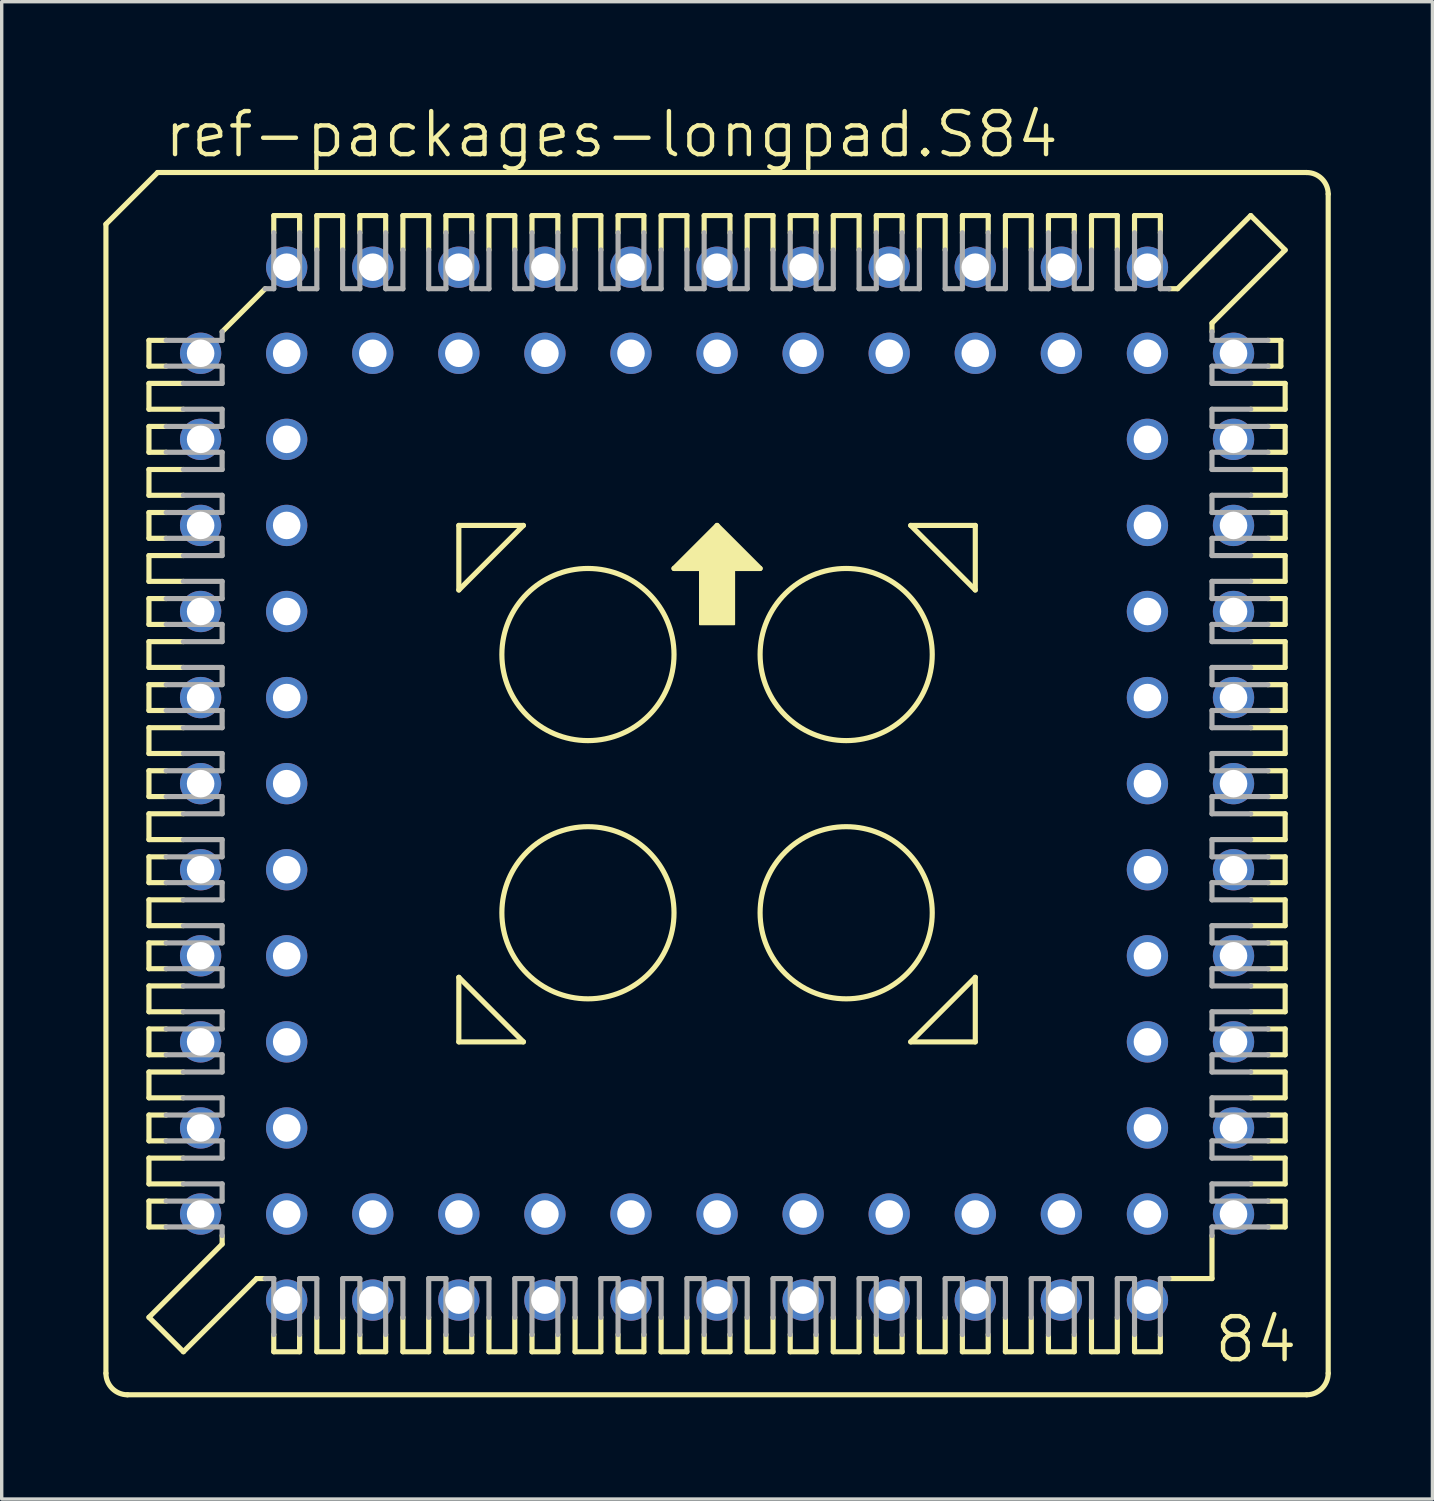
<source format=kicad_pcb>
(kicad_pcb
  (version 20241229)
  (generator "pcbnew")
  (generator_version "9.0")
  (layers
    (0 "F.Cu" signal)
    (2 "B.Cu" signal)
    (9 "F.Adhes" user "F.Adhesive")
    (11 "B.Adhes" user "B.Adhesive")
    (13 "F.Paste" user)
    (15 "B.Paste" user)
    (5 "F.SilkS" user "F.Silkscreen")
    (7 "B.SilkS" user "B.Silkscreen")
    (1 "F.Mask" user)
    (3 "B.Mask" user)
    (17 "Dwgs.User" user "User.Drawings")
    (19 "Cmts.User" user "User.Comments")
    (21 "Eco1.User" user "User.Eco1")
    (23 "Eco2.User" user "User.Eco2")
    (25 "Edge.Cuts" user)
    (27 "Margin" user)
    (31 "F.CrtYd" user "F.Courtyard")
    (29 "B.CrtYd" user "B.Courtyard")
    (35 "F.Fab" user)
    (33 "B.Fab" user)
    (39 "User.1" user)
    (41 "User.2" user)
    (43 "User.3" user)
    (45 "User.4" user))
  (footprint "ref-packages-longpad.S84"
    (layer "F.Cu")
    (at 18.11 20.075)
    (property "Reference" "ref-packages-longpad.S84" (at -16.383 -18.415 0) (layer "F.SilkS") (effects (font (size 1.27 1.27) (thickness 0.13)) (justify left bottom)))
    (attr through_hole)
    (fp_line (start -18.034 -16.51) (end -18.034 17.399) (stroke (width 0.152) (type default)) (layer "F.SilkS"))
    (fp_line (start -16.764 -13.081) (end -16.764 -12.319) (stroke (width 0.152) (type default)) (layer "F.SilkS"))
    (fp_line (start -16.764 -12.319) (end -16.256 -12.319) (stroke (width 0.152) (type default)) (layer "F.SilkS"))
    (fp_line (start -16.764 -11.811) (end -16.764 -11.049) (stroke (width 0.152) (type default)) (layer "F.SilkS"))
    (fp_line (start -16.764 -11.049) (end -15.748 -11.049) (stroke (width 0.152) (type default)) (layer "F.SilkS"))
    (fp_line (start -16.764 -10.541) (end -16.764 -9.779) (stroke (width 0.152) (type default)) (layer "F.SilkS"))
    (fp_line (start -16.764 -9.779) (end -16.256 -9.779) (stroke (width 0.152) (type default)) (layer "F.SilkS"))
    (fp_line (start -16.764 -9.271) (end -16.764 -8.509) (stroke (width 0.152) (type default)) (layer "F.SilkS"))
    (fp_line (start -16.764 -8.509) (end -15.748 -8.509) (stroke (width 0.152) (type default)) (layer "F.SilkS"))
    (fp_line (start -16.764 -8.001) (end -16.256 -8.001) (stroke (width 0.152) (type default)) (layer "F.SilkS"))
    (fp_line (start -16.764 -7.239) (end -16.764 -8.001) (stroke (width 0.152) (type default)) (layer "F.SilkS"))
    (fp_line (start -16.764 -6.731) (end -16.764 -5.969) (stroke (width 0.152) (type default)) (layer "F.SilkS"))
    (fp_line (start -16.764 -5.969) (end -15.748 -5.969) (stroke (width 0.152) (type default)) (layer "F.SilkS"))
    (fp_line (start -16.764 -5.461) (end -16.764 -4.699) (stroke (width 0.152) (type default)) (layer "F.SilkS"))
    (fp_line (start -16.764 -4.699) (end -16.256 -4.699) (stroke (width 0.152) (type default)) (layer "F.SilkS"))
    (fp_line (start -16.764 -4.191) (end -16.764 -3.429) (stroke (width 0.152) (type default)) (layer "F.SilkS"))
    (fp_line (start -16.764 -3.429) (end -15.748 -3.429) (stroke (width 0.152) (type default)) (layer "F.SilkS"))
    (fp_line (start -16.764 -2.921) (end -16.764 -2.159) (stroke (width 0.152) (type default)) (layer "F.SilkS"))
    (fp_line (start -16.764 -2.159) (end -16.256 -2.159) (stroke (width 0.152) (type default)) (layer "F.SilkS"))
    (fp_line (start -16.764 -1.651) (end -15.748 -1.651) (stroke (width 0.152) (type default)) (layer "F.SilkS"))
    (fp_line (start -16.764 -0.889) (end -16.764 -1.651) (stroke (width 0.152) (type default)) (layer "F.SilkS"))
    (fp_line (start -16.764 -0.381) (end -16.256 -0.381) (stroke (width 0.152) (type default)) (layer "F.SilkS"))
    (fp_line (start -16.764 0.381) (end -16.764 -0.381) (stroke (width 0.152) (type default)) (layer "F.SilkS"))
    (fp_line (start -16.764 0.889) (end -15.748 0.889) (stroke (width 0.152) (type default)) (layer "F.SilkS"))
    (fp_line (start -16.764 1.651) (end -16.764 0.889) (stroke (width 0.152) (type default)) (layer "F.SilkS"))
    (fp_line (start -16.764 2.159) (end -16.256 2.159) (stroke (width 0.152) (type default)) (layer "F.SilkS"))
    (fp_line (start -16.764 2.921) (end -16.764 2.159) (stroke (width 0.152) (type default)) (layer "F.SilkS"))
    (fp_line (start -16.764 3.429) (end -15.748 3.429) (stroke (width 0.152) (type default)) (layer "F.SilkS"))
    (fp_line (start -16.764 4.191) (end -16.764 3.429) (stroke (width 0.152) (type default)) (layer "F.SilkS"))
    (fp_line (start -16.764 4.699) (end -16.256 4.699) (stroke (width 0.152) (type default)) (layer "F.SilkS"))
    (fp_line (start -16.764 5.461) (end -16.764 4.699) (stroke (width 0.152) (type default)) (layer "F.SilkS"))
    (fp_line (start -16.764 5.969) (end -16.764 6.731) (stroke (width 0.152) (type default)) (layer "F.SilkS"))
    (fp_line (start -16.764 6.731) (end -15.748 6.731) (stroke (width 0.152) (type default)) (layer "F.SilkS"))
    (fp_line (start -16.764 7.239) (end -16.764 8.001) (stroke (width 0.152) (type default)) (layer "F.SilkS"))
    (fp_line (start -16.764 8.001) (end -16.256 8.001) (stroke (width 0.152) (type default)) (layer "F.SilkS"))
    (fp_line (start -16.764 8.509) (end -16.764 9.271) (stroke (width 0.152) (type default)) (layer "F.SilkS"))
    (fp_line (start -16.764 9.271) (end -15.748 9.271) (stroke (width 0.152) (type default)) (layer "F.SilkS"))
    (fp_line (start -16.764 9.779) (end -16.764 10.541) (stroke (width 0.152) (type default)) (layer "F.SilkS"))
    (fp_line (start -16.764 10.541) (end -16.256 10.541) (stroke (width 0.152) (type default)) (layer "F.SilkS"))
    (fp_line (start -16.764 11.049) (end -15.748 11.049) (stroke (width 0.152) (type default)) (layer "F.SilkS"))
    (fp_line (start -16.764 11.811) (end -16.764 11.049) (stroke (width 0.152) (type default)) (layer "F.SilkS"))
    (fp_line (start -16.764 12.319) (end -16.256 12.319) (stroke (width 0.152) (type default)) (layer "F.SilkS"))
    (fp_line (start -16.764 13.081) (end -16.764 12.319) (stroke (width 0.152) (type default)) (layer "F.SilkS"))
    (fp_line (start -16.764 15.748) (end -14.605 13.589) (stroke (width 0.152) (type default)) (layer "F.SilkS"))
    (fp_line (start -16.51 -18.034) (end -18.034 -16.51) (stroke (width 0.152) (type default)) (layer "F.SilkS"))
    (fp_line (start -16.256 -13.081) (end -16.764 -13.081) (stroke (width 0.152) (type default)) (layer "F.SilkS"))
    (fp_line (start -16.256 -10.541) (end -16.764 -10.541) (stroke (width 0.152) (type default)) (layer "F.SilkS"))
    (fp_line (start -16.256 -7.239) (end -16.764 -7.239) (stroke (width 0.152) (type default)) (layer "F.SilkS"))
    (fp_line (start -16.256 -5.461) (end -16.764 -5.461) (stroke (width 0.152) (type default)) (layer "F.SilkS"))
    (fp_line (start -16.256 -2.921) (end -16.764 -2.921) (stroke (width 0.152) (type default)) (layer "F.SilkS"))
    (fp_line (start -16.256 0.381) (end -16.764 0.381) (stroke (width 0.152) (type default)) (layer "F.SilkS"))
    (fp_line (start -16.256 2.921) (end -16.764 2.921) (stroke (width 0.152) (type default)) (layer "F.SilkS"))
    (fp_line (start -16.256 5.461) (end -16.764 5.461) (stroke (width 0.152) (type default)) (layer "F.SilkS"))
    (fp_line (start -16.256 7.239) (end -16.764 7.239) (stroke (width 0.152) (type default)) (layer "F.SilkS"))
    (fp_line (start -16.256 9.779) (end -16.764 9.779) (stroke (width 0.152) (type default)) (layer "F.SilkS"))
    (fp_line (start -16.256 13.081) (end -16.764 13.081) (stroke (width 0.152) (type default)) (layer "F.SilkS"))
    (fp_line (start -15.748 -11.811) (end -16.764 -11.811) (stroke (width 0.152) (type default)) (layer "F.SilkS"))
    (fp_line (start -15.748 -9.271) (end -16.764 -9.271) (stroke (width 0.152) (type default)) (layer "F.SilkS"))
    (fp_line (start -15.748 -6.731) (end -16.764 -6.731) (stroke (width 0.152) (type default)) (layer "F.SilkS"))
    (fp_line (start -15.748 -4.191) (end -16.764 -4.191) (stroke (width 0.152) (type default)) (layer "F.SilkS"))
    (fp_line (start -15.748 -0.889) (end -16.764 -0.889) (stroke (width 0.152) (type default)) (layer "F.SilkS"))
    (fp_line (start -15.748 1.651) (end -16.764 1.651) (stroke (width 0.152) (type default)) (layer "F.SilkS"))
    (fp_line (start -15.748 4.191) (end -16.764 4.191) (stroke (width 0.152) (type default)) (layer "F.SilkS"))
    (fp_line (start -15.748 5.969) (end -16.764 5.969) (stroke (width 0.152) (type default)) (layer "F.SilkS"))
    (fp_line (start -15.748 8.509) (end -16.764 8.509) (stroke (width 0.152) (type default)) (layer "F.SilkS"))
    (fp_line (start -15.748 11.811) (end -16.764 11.811) (stroke (width 0.152) (type default)) (layer "F.SilkS"))
    (fp_line (start -15.748 16.764) (end -16.764 15.748) (stroke (width 0.152) (type default)) (layer "F.SilkS"))
    (fp_line (start -15.748 16.764) (end -13.589 14.605) (stroke (width 0.152) (type default)) (layer "F.SilkS"))
    (fp_line (start -14.605 -13.335) (end -13.335 -14.605) (stroke (width 0.152) (type default)) (layer "F.SilkS"))
    (fp_line (start -14.605 13.589) (end -14.605 13.335) (stroke (width 0.152) (type default)) (layer "F.SilkS"))
    (fp_line (start -13.589 14.605) (end -13.335 14.605) (stroke (width 0.152) (type default)) (layer "F.SilkS"))
    (fp_line (start -13.081 -16.764) (end -13.081 -16.256) (stroke (width 0.152) (type default)) (layer "F.SilkS"))
    (fp_line (start -13.081 16.256) (end -13.081 16.764) (stroke (width 0.152) (type default)) (layer "F.SilkS"))
    (fp_line (start -13.081 16.764) (end -12.319 16.764) (stroke (width 0.152) (type default)) (layer "F.SilkS"))
    (fp_line (start -12.319 -16.764) (end -13.081 -16.764) (stroke (width 0.152) (type default)) (layer "F.SilkS"))
    (fp_line (start -12.319 -16.256) (end -12.319 -16.764) (stroke (width 0.152) (type default)) (layer "F.SilkS"))
    (fp_line (start -12.319 16.764) (end -12.319 16.256) (stroke (width 0.152) (type default)) (layer "F.SilkS"))
    (fp_line (start -11.811 -16.764) (end -11.049 -16.764) (stroke (width 0.152) (type default)) (layer "F.SilkS"))
    (fp_line (start -11.811 -15.748) (end -11.811 -16.764) (stroke (width 0.152) (type default)) (layer "F.SilkS"))
    (fp_line (start -11.811 15.748) (end -11.811 16.764) (stroke (width 0.152) (type default)) (layer "F.SilkS"))
    (fp_line (start -11.811 16.764) (end -11.049 16.764) (stroke (width 0.152) (type default)) (layer "F.SilkS"))
    (fp_line (start -11.049 -16.764) (end -11.049 -15.748) (stroke (width 0.152) (type default)) (layer "F.SilkS"))
    (fp_line (start -11.049 16.764) (end -11.049 15.748) (stroke (width 0.152) (type default)) (layer "F.SilkS"))
    (fp_line (start -10.541 -16.764) (end -10.541 -16.256) (stroke (width 0.152) (type default)) (layer "F.SilkS"))
    (fp_line (start -10.541 16.256) (end -10.541 16.764) (stroke (width 0.152) (type default)) (layer "F.SilkS"))
    (fp_line (start -10.541 16.764) (end -9.779 16.764) (stroke (width 0.152) (type default)) (layer "F.SilkS"))
    (fp_line (start -9.779 -16.764) (end -10.541 -16.764) (stroke (width 0.152) (type default)) (layer "F.SilkS"))
    (fp_line (start -9.779 -16.256) (end -9.779 -16.764) (stroke (width 0.152) (type default)) (layer "F.SilkS"))
    (fp_line (start -9.779 16.764) (end -9.779 16.256) (stroke (width 0.152) (type default)) (layer "F.SilkS"))
    (fp_line (start -9.271 -16.764) (end -9.271 -15.748) (stroke (width 0.152) (type default)) (layer "F.SilkS"))
    (fp_line (start -9.271 15.748) (end -9.271 16.764) (stroke (width 0.152) (type default)) (layer "F.SilkS"))
    (fp_line (start -9.271 16.764) (end -8.509 16.764) (stroke (width 0.152) (type default)) (layer "F.SilkS"))
    (fp_line (start -8.509 -16.764) (end -9.271 -16.764) (stroke (width 0.152) (type default)) (layer "F.SilkS"))
    (fp_line (start -8.509 -15.748) (end -8.509 -16.764) (stroke (width 0.152) (type default)) (layer "F.SilkS"))
    (fp_line (start -8.509 16.764) (end -8.509 15.748) (stroke (width 0.152) (type default)) (layer "F.SilkS"))
    (fp_line (start -8.001 -16.764) (end -8.001 -16.256) (stroke (width 0.152) (type default)) (layer "F.SilkS"))
    (fp_line (start -8.001 16.764) (end -8.001 16.256) (stroke (width 0.152) (type default)) (layer "F.SilkS"))
    (fp_line (start -7.62 -7.62) (end -5.715 -7.62) (stroke (width 0.152) (type default)) (layer "F.SilkS"))
    (fp_line (start -7.62 -5.715) (end -7.62 -7.62) (stroke (width 0.152) (type default)) (layer "F.SilkS"))
    (fp_line (start -7.62 5.715) (end -5.715 7.62) (stroke (width 0.152) (type default)) (layer "F.SilkS"))
    (fp_line (start -7.62 7.62) (end -7.62 5.715) (stroke (width 0.152) (type default)) (layer "F.SilkS"))
    (fp_line (start -7.239 -16.764) (end -8.001 -16.764) (stroke (width 0.152) (type default)) (layer "F.SilkS"))
    (fp_line (start -7.239 -16.256) (end -7.239 -16.764) (stroke (width 0.152) (type default)) (layer "F.SilkS"))
    (fp_line (start -7.239 16.256) (end -7.239 16.764) (stroke (width 0.152) (type default)) (layer "F.SilkS"))
    (fp_line (start -7.239 16.764) (end -8.001 16.764) (stroke (width 0.152) (type default)) (layer "F.SilkS"))
    (fp_line (start -6.731 -16.764) (end -6.731 -15.748) (stroke (width 0.152) (type default)) (layer "F.SilkS"))
    (fp_line (start -6.731 15.748) (end -6.731 16.764) (stroke (width 0.152) (type default)) (layer "F.SilkS"))
    (fp_line (start -6.731 16.764) (end -5.969 16.764) (stroke (width 0.152) (type default)) (layer "F.SilkS"))
    (fp_line (start -5.969 -16.764) (end -6.731 -16.764) (stroke (width 0.152) (type default)) (layer "F.SilkS"))
    (fp_line (start -5.969 -15.748) (end -5.969 -16.764) (stroke (width 0.152) (type default)) (layer "F.SilkS"))
    (fp_line (start -5.969 16.764) (end -5.969 15.748) (stroke (width 0.152) (type default)) (layer "F.SilkS"))
    (fp_line (start -5.715 -7.62) (end -7.62 -5.715) (stroke (width 0.152) (type default)) (layer "F.SilkS"))
    (fp_line (start -5.715 7.62) (end -7.62 7.62) (stroke (width 0.152) (type default)) (layer "F.SilkS"))
    (fp_line (start -5.461 -16.764) (end -5.461 -16.256) (stroke (width 0.152) (type default)) (layer "F.SilkS"))
    (fp_line (start -5.461 16.256) (end -5.461 16.764) (stroke (width 0.152) (type default)) (layer "F.SilkS"))
    (fp_line (start -5.461 16.764) (end -4.699 16.764) (stroke (width 0.152) (type default)) (layer "F.SilkS"))
    (fp_line (start -4.699 -16.764) (end -5.461 -16.764) (stroke (width 0.152) (type default)) (layer "F.SilkS"))
    (fp_line (start -4.699 -16.256) (end -4.699 -16.764) (stroke (width 0.152) (type default)) (layer "F.SilkS"))
    (fp_line (start -4.699 16.764) (end -4.699 16.256) (stroke (width 0.152) (type default)) (layer "F.SilkS"))
    (fp_line (start -4.191 -16.764) (end -4.191 -15.748) (stroke (width 0.152) (type default)) (layer "F.SilkS"))
    (fp_line (start -4.191 15.748) (end -4.191 16.764) (stroke (width 0.152) (type default)) (layer "F.SilkS"))
    (fp_line (start -4.191 16.764) (end -3.429 16.764) (stroke (width 0.152) (type default)) (layer "F.SilkS"))
    (fp_line (start -3.429 -16.764) (end -4.191 -16.764) (stroke (width 0.152) (type default)) (layer "F.SilkS"))
    (fp_line (start -3.429 -15.748) (end -3.429 -16.764) (stroke (width 0.152) (type default)) (layer "F.SilkS"))
    (fp_line (start -3.429 16.764) (end -3.429 15.748) (stroke (width 0.152) (type default)) (layer "F.SilkS"))
    (fp_line (start -2.921 -16.764) (end -2.921 -16.256) (stroke (width 0.152) (type default)) (layer "F.SilkS"))
    (fp_line (start -2.921 16.256) (end -2.921 16.764) (stroke (width 0.152) (type default)) (layer "F.SilkS"))
    (fp_line (start -2.921 16.764) (end -2.159 16.764) (stroke (width 0.152) (type default)) (layer "F.SilkS"))
    (fp_line (start -2.159 -16.764) (end -2.921 -16.764) (stroke (width 0.152) (type default)) (layer "F.SilkS"))
    (fp_line (start -2.159 -16.256) (end -2.159 -16.764) (stroke (width 0.152) (type default)) (layer "F.SilkS"))
    (fp_line (start -2.159 16.764) (end -2.159 16.256) (stroke (width 0.152) (type default)) (layer "F.SilkS"))
    (fp_line (start -1.651 -16.764) (end -1.651 -15.748) (stroke (width 0.152) (type default)) (layer "F.SilkS"))
    (fp_line (start -1.651 15.748) (end -1.651 16.764) (stroke (width 0.152) (type default)) (layer "F.SilkS"))
    (fp_line (start -1.651 16.764) (end -0.889 16.764) (stroke (width 0.152) (type default)) (layer "F.SilkS"))
    (fp_line (start -1.27 -6.35) (end 1.27 -6.35) (stroke (width 0.152) (type default)) (layer "F.SilkS"))
    (fp_line (start -0.889 -16.764) (end -1.651 -16.764) (stroke (width 0.152) (type default)) (layer "F.SilkS"))
    (fp_line (start -0.889 -15.748) (end -0.889 -16.764) (stroke (width 0.152) (type default)) (layer "F.SilkS"))
    (fp_line (start -0.889 16.764) (end -0.889 15.748) (stroke (width 0.152) (type default)) (layer "F.SilkS"))
    (fp_line (start -0.381 -16.764) (end -0.381 -16.256) (stroke (width 0.152) (type default)) (layer "F.SilkS"))
    (fp_line (start -0.381 16.256) (end -0.381 16.764) (stroke (width 0.152) (type default)) (layer "F.SilkS"))
    (fp_line (start -0.381 16.764) (end 0.381 16.764) (stroke (width 0.152) (type default)) (layer "F.SilkS"))
    (fp_line (start 0 -7.62) (end -1.27 -6.35) (stroke (width 0.152) (type default)) (layer "F.SilkS"))
    (fp_line (start 0.381 -16.764) (end -0.381 -16.764) (stroke (width 0.152) (type default)) (layer "F.SilkS"))
    (fp_line (start 0.381 -16.256) (end 0.381 -16.764) (stroke (width 0.152) (type default)) (layer "F.SilkS"))
    (fp_line (start 0.381 16.764) (end 0.381 16.256) (stroke (width 0.152) (type default)) (layer "F.SilkS"))
    (fp_line (start 0.889 -16.764) (end 0.889 -15.748) (stroke (width 0.152) (type default)) (layer "F.SilkS"))
    (fp_line (start 0.889 15.748) (end 0.889 16.764) (stroke (width 0.152) (type default)) (layer "F.SilkS"))
    (fp_line (start 0.889 16.764) (end 1.651 16.764) (stroke (width 0.152) (type default)) (layer "F.SilkS"))
    (fp_line (start 1.27 -6.35) (end 0 -7.62) (stroke (width 0.152) (type default)) (layer "F.SilkS"))
    (fp_line (start 1.651 -16.764) (end 0.889 -16.764) (stroke (width 0.152) (type default)) (layer "F.SilkS"))
    (fp_line (start 1.651 -15.748) (end 1.651 -16.764) (stroke (width 0.152) (type default)) (layer "F.SilkS"))
    (fp_line (start 1.651 16.764) (end 1.651 15.748) (stroke (width 0.152) (type default)) (layer "F.SilkS"))
    (fp_line (start 2.159 -16.764) (end 2.159 -16.256) (stroke (width 0.152) (type default)) (layer "F.SilkS"))
    (fp_line (start 2.159 16.256) (end 2.159 16.764) (stroke (width 0.152) (type default)) (layer "F.SilkS"))
    (fp_line (start 2.159 16.764) (end 2.921 16.764) (stroke (width 0.152) (type default)) (layer "F.SilkS"))
    (fp_line (start 2.921 -16.764) (end 2.159 -16.764) (stroke (width 0.152) (type default)) (layer "F.SilkS"))
    (fp_line (start 2.921 -16.256) (end 2.921 -16.764) (stroke (width 0.152) (type default)) (layer "F.SilkS"))
    (fp_line (start 2.921 16.764) (end 2.921 16.256) (stroke (width 0.152) (type default)) (layer "F.SilkS"))
    (fp_line (start 3.429 -16.764) (end 3.429 -15.748) (stroke (width 0.152) (type default)) (layer "F.SilkS"))
    (fp_line (start 3.429 15.748) (end 3.429 16.764) (stroke (width 0.152) (type default)) (layer "F.SilkS"))
    (fp_line (start 3.429 16.764) (end 4.191 16.764) (stroke (width 0.152) (type default)) (layer "F.SilkS"))
    (fp_line (start 4.191 -16.764) (end 3.429 -16.764) (stroke (width 0.152) (type default)) (layer "F.SilkS"))
    (fp_line (start 4.191 -15.748) (end 4.191 -16.764) (stroke (width 0.152) (type default)) (layer "F.SilkS"))
    (fp_line (start 4.191 16.764) (end 4.191 15.748) (stroke (width 0.152) (type default)) (layer "F.SilkS"))
    (fp_line (start 4.699 -16.764) (end 4.699 -16.256) (stroke (width 0.152) (type default)) (layer "F.SilkS"))
    (fp_line (start 4.699 16.256) (end 4.699 16.764) (stroke (width 0.152) (type default)) (layer "F.SilkS"))
    (fp_line (start 4.699 16.764) (end 5.461 16.764) (stroke (width 0.152) (type default)) (layer "F.SilkS"))
    (fp_line (start 5.461 -16.764) (end 4.699 -16.764) (stroke (width 0.152) (type default)) (layer "F.SilkS"))
    (fp_line (start 5.461 -16.256) (end 5.461 -16.764) (stroke (width 0.152) (type default)) (layer "F.SilkS"))
    (fp_line (start 5.461 16.764) (end 5.461 16.256) (stroke (width 0.152) (type default)) (layer "F.SilkS"))
    (fp_line (start 5.715 -7.62) (end 7.62 -5.715) (stroke (width 0.152) (type default)) (layer "F.SilkS"))
    (fp_line (start 5.715 7.62) (end 7.62 7.62) (stroke (width 0.152) (type default)) (layer "F.SilkS"))
    (fp_line (start 5.969 -16.764) (end 5.969 -15.748) (stroke (width 0.152) (type default)) (layer "F.SilkS"))
    (fp_line (start 5.969 15.748) (end 5.969 16.764) (stroke (width 0.152) (type default)) (layer "F.SilkS"))
    (fp_line (start 5.969 16.764) (end 6.731 16.764) (stroke (width 0.152) (type default)) (layer "F.SilkS"))
    (fp_line (start 6.731 -16.764) (end 5.969 -16.764) (stroke (width 0.152) (type default)) (layer "F.SilkS"))
    (fp_line (start 6.731 -15.748) (end 6.731 -16.764) (stroke (width 0.152) (type default)) (layer "F.SilkS"))
    (fp_line (start 6.731 16.764) (end 6.731 15.748) (stroke (width 0.152) (type default)) (layer "F.SilkS"))
    (fp_line (start 7.239 -16.764) (end 8.001 -16.764) (stroke (width 0.152) (type default)) (layer "F.SilkS"))
    (fp_line (start 7.239 -16.256) (end 7.239 -16.764) (stroke (width 0.152) (type default)) (layer "F.SilkS"))
    (fp_line (start 7.239 16.256) (end 7.239 16.764) (stroke (width 0.152) (type default)) (layer "F.SilkS"))
    (fp_line (start 7.239 16.764) (end 8.001 16.764) (stroke (width 0.152) (type default)) (layer "F.SilkS"))
    (fp_line (start 7.62 -7.62) (end 5.715 -7.62) (stroke (width 0.152) (type default)) (layer "F.SilkS"))
    (fp_line (start 7.62 -5.715) (end 7.62 -7.62) (stroke (width 0.152) (type default)) (layer "F.SilkS"))
    (fp_line (start 7.62 5.715) (end 5.715 7.62) (stroke (width 0.152) (type default)) (layer "F.SilkS"))
    (fp_line (start 7.62 7.62) (end 7.62 5.715) (stroke (width 0.152) (type default)) (layer "F.SilkS"))
    (fp_line (start 8.001 -16.764) (end 8.001 -16.256) (stroke (width 0.152) (type default)) (layer "F.SilkS"))
    (fp_line (start 8.001 16.764) (end 8.001 16.256) (stroke (width 0.152) (type default)) (layer "F.SilkS"))
    (fp_line (start 8.509 -16.764) (end 8.509 -15.748) (stroke (width 0.152) (type default)) (layer "F.SilkS"))
    (fp_line (start 8.509 15.748) (end 8.509 16.764) (stroke (width 0.152) (type default)) (layer "F.SilkS"))
    (fp_line (start 8.509 16.764) (end 9.271 16.764) (stroke (width 0.152) (type default)) (layer "F.SilkS"))
    (fp_line (start 9.271 -16.764) (end 8.509 -16.764) (stroke (width 0.152) (type default)) (layer "F.SilkS"))
    (fp_line (start 9.271 -15.748) (end 9.271 -16.764) (stroke (width 0.152) (type default)) (layer "F.SilkS"))
    (fp_line (start 9.271 16.764) (end 9.271 15.748) (stroke (width 0.152) (type default)) (layer "F.SilkS"))
    (fp_line (start 9.779 -16.764) (end 9.779 -16.256) (stroke (width 0.152) (type default)) (layer "F.SilkS"))
    (fp_line (start 9.779 16.256) (end 9.779 16.764) (stroke (width 0.152) (type default)) (layer "F.SilkS"))
    (fp_line (start 9.779 16.764) (end 10.541 16.764) (stroke (width 0.152) (type default)) (layer "F.SilkS"))
    (fp_line (start 10.541 -16.764) (end 9.779 -16.764) (stroke (width 0.152) (type default)) (layer "F.SilkS"))
    (fp_line (start 10.541 -16.256) (end 10.541 -16.764) (stroke (width 0.152) (type default)) (layer "F.SilkS"))
    (fp_line (start 10.541 16.764) (end 10.541 16.256) (stroke (width 0.152) (type default)) (layer "F.SilkS"))
    (fp_line (start 11.049 -16.764) (end 11.049 -15.748) (stroke (width 0.152) (type default)) (layer "F.SilkS"))
    (fp_line (start 11.049 16.764) (end 11.049 15.748) (stroke (width 0.152) (type default)) (layer "F.SilkS"))
    (fp_line (start 11.811 -16.764) (end 11.049 -16.764) (stroke (width 0.152) (type default)) (layer "F.SilkS"))
    (fp_line (start 11.811 -15.748) (end 11.811 -16.764) (stroke (width 0.152) (type default)) (layer "F.SilkS"))
    (fp_line (start 11.811 15.748) (end 11.811 16.764) (stroke (width 0.152) (type default)) (layer "F.SilkS"))
    (fp_line (start 11.811 16.764) (end 11.049 16.764) (stroke (width 0.152) (type default)) (layer "F.SilkS"))
    (fp_line (start 12.319 -16.764) (end 12.319 -16.256) (stroke (width 0.152) (type default)) (layer "F.SilkS"))
    (fp_line (start 12.319 16.256) (end 12.319 16.764) (stroke (width 0.152) (type default)) (layer "F.SilkS"))
    (fp_line (start 12.319 16.764) (end 13.081 16.764) (stroke (width 0.152) (type default)) (layer "F.SilkS"))
    (fp_line (start 13.081 -16.764) (end 12.319 -16.764) (stroke (width 0.152) (type default)) (layer "F.SilkS"))
    (fp_line (start 13.081 -16.256) (end 13.081 -16.764) (stroke (width 0.152) (type default)) (layer "F.SilkS"))
    (fp_line (start 13.081 16.764) (end 13.081 16.256) (stroke (width 0.152) (type default)) (layer "F.SilkS"))
    (fp_line (start 13.335 14.605) (end 14.605 14.605) (stroke (width 0.152) (type default)) (layer "F.SilkS"))
    (fp_line (start 13.589 -14.605) (end 13.335 -14.605) (stroke (width 0.152) (type default)) (layer "F.SilkS"))
    (fp_line (start 14.605 -13.589) (end 14.605 -13.335) (stroke (width 0.152) (type default)) (layer "F.SilkS"))
    (fp_line (start 14.605 14.605) (end 14.605 13.335) (stroke (width 0.152) (type default)) (layer "F.SilkS"))
    (fp_line (start 15.748 -16.764) (end 13.589 -14.605) (stroke (width 0.152) (type default)) (layer "F.SilkS"))
    (fp_line (start 15.748 -11.811) (end 16.764 -11.811) (stroke (width 0.152) (type default)) (layer "F.SilkS"))
    (fp_line (start 15.748 -8.509) (end 16.764 -8.509) (stroke (width 0.152) (type default)) (layer "F.SilkS"))
    (fp_line (start 15.748 -5.969) (end 16.764 -5.969) (stroke (width 0.152) (type default)) (layer "F.SilkS"))
    (fp_line (start 15.748 -4.191) (end 16.764 -4.191) (stroke (width 0.152) (type default)) (layer "F.SilkS"))
    (fp_line (start 15.748 -1.651) (end 16.764 -1.651) (stroke (width 0.152) (type default)) (layer "F.SilkS"))
    (fp_line (start 15.748 0.889) (end 16.764 0.889) (stroke (width 0.152) (type default)) (layer "F.SilkS"))
    (fp_line (start 15.748 4.191) (end 16.764 4.191) (stroke (width 0.152) (type default)) (layer "F.SilkS"))
    (fp_line (start 15.748 6.731) (end 16.764 6.731) (stroke (width 0.152) (type default)) (layer "F.SilkS"))
    (fp_line (start 15.748 9.271) (end 16.764 9.271) (stroke (width 0.152) (type default)) (layer "F.SilkS"))
    (fp_line (start 15.748 11.811) (end 16.764 11.811) (stroke (width 0.152) (type default)) (layer "F.SilkS"))
    (fp_line (start 16.256 -13.081) (end 16.637 -13.081) (stroke (width 0.152) (type default)) (layer "F.SilkS"))
    (fp_line (start 16.256 -9.779) (end 16.764 -9.779) (stroke (width 0.152) (type default)) (layer "F.SilkS"))
    (fp_line (start 16.256 -7.239) (end 16.764 -7.239) (stroke (width 0.152) (type default)) (layer "F.SilkS"))
    (fp_line (start 16.256 -5.461) (end 16.764 -5.461) (stroke (width 0.152) (type default)) (layer "F.SilkS"))
    (fp_line (start 16.256 -2.921) (end 16.764 -2.921) (stroke (width 0.152) (type default)) (layer "F.SilkS"))
    (fp_line (start 16.256 -0.381) (end 16.764 -0.381) (stroke (width 0.152) (type default)) (layer "F.SilkS"))
    (fp_line (start 16.256 2.921) (end 16.764 2.921) (stroke (width 0.152) (type default)) (layer "F.SilkS"))
    (fp_line (start 16.256 5.461) (end 16.764 5.461) (stroke (width 0.152) (type default)) (layer "F.SilkS"))
    (fp_line (start 16.256 7.239) (end 16.764 7.239) (stroke (width 0.152) (type default)) (layer "F.SilkS"))
    (fp_line (start 16.256 10.541) (end 16.764 10.541) (stroke (width 0.152) (type default)) (layer "F.SilkS"))
    (fp_line (start 16.256 13.081) (end 16.764 13.081) (stroke (width 0.152) (type default)) (layer "F.SilkS"))
    (fp_line (start 16.637 -13.081) (end 16.637 -12.319) (stroke (width 0.152) (type default)) (layer "F.SilkS"))
    (fp_line (start 16.637 -12.319) (end 16.256 -12.319) (stroke (width 0.152) (type default)) (layer "F.SilkS"))
    (fp_line (start 16.764 -15.748) (end 14.605 -13.589) (stroke (width 0.152) (type default)) (layer "F.SilkS"))
    (fp_line (start 16.764 -15.748) (end 15.748 -16.764) (stroke (width 0.152) (type default)) (layer "F.SilkS"))
    (fp_line (start 16.764 -11.811) (end 16.764 -11.049) (stroke (width 0.152) (type default)) (layer "F.SilkS"))
    (fp_line (start 16.764 -11.049) (end 15.748 -11.049) (stroke (width 0.152) (type default)) (layer "F.SilkS"))
    (fp_line (start 16.764 -10.541) (end 16.256 -10.541) (stroke (width 0.152) (type default)) (layer "F.SilkS"))
    (fp_line (start 16.764 -9.779) (end 16.764 -10.541) (stroke (width 0.152) (type default)) (layer "F.SilkS"))
    (fp_line (start 16.764 -9.271) (end 15.748 -9.271) (stroke (width 0.152) (type default)) (layer "F.SilkS"))
    (fp_line (start 16.764 -8.509) (end 16.764 -9.271) (stroke (width 0.152) (type default)) (layer "F.SilkS"))
    (fp_line (start 16.764 -8.001) (end 16.256 -8.001) (stroke (width 0.152) (type default)) (layer "F.SilkS"))
    (fp_line (start 16.764 -7.239) (end 16.764 -8.001) (stroke (width 0.152) (type default)) (layer "F.SilkS"))
    (fp_line (start 16.764 -6.731) (end 15.748 -6.731) (stroke (width 0.152) (type default)) (layer "F.SilkS"))
    (fp_line (start 16.764 -5.969) (end 16.764 -6.731) (stroke (width 0.152) (type default)) (layer "F.SilkS"))
    (fp_line (start 16.764 -5.461) (end 16.764 -4.699) (stroke (width 0.152) (type default)) (layer "F.SilkS"))
    (fp_line (start 16.764 -4.699) (end 16.256 -4.699) (stroke (width 0.152) (type default)) (layer "F.SilkS"))
    (fp_line (start 16.764 -4.191) (end 16.764 -3.429) (stroke (width 0.152) (type default)) (layer "F.SilkS"))
    (fp_line (start 16.764 -3.429) (end 15.748 -3.429) (stroke (width 0.152) (type default)) (layer "F.SilkS"))
    (fp_line (start 16.764 -2.921) (end 16.764 -2.159) (stroke (width 0.152) (type default)) (layer "F.SilkS"))
    (fp_line (start 16.764 -2.159) (end 16.256 -2.159) (stroke (width 0.152) (type default)) (layer "F.SilkS"))
    (fp_line (start 16.764 -1.651) (end 16.764 -0.889) (stroke (width 0.152) (type default)) (layer "F.SilkS"))
    (fp_line (start 16.764 -0.889) (end 15.748 -0.889) (stroke (width 0.152) (type default)) (layer "F.SilkS"))
    (fp_line (start 16.764 -0.381) (end 16.764 0.381) (stroke (width 0.152) (type default)) (layer "F.SilkS"))
    (fp_line (start 16.764 0.381) (end 16.256 0.381) (stroke (width 0.152) (type default)) (layer "F.SilkS"))
    (fp_line (start 16.764 0.889) (end 16.764 1.651) (stroke (width 0.152) (type default)) (layer "F.SilkS"))
    (fp_line (start 16.764 1.651) (end 15.748 1.651) (stroke (width 0.152) (type default)) (layer "F.SilkS"))
    (fp_line (start 16.764 2.159) (end 16.256 2.159) (stroke (width 0.152) (type default)) (layer "F.SilkS"))
    (fp_line (start 16.764 2.921) (end 16.764 2.159) (stroke (width 0.152) (type default)) (layer "F.SilkS"))
    (fp_line (start 16.764 3.429) (end 15.748 3.429) (stroke (width 0.152) (type default)) (layer "F.SilkS"))
    (fp_line (start 16.764 4.191) (end 16.764 3.429) (stroke (width 0.152) (type default)) (layer "F.SilkS"))
    (fp_line (start 16.764 4.699) (end 16.256 4.699) (stroke (width 0.152) (type default)) (layer "F.SilkS"))
    (fp_line (start 16.764 5.461) (end 16.764 4.699) (stroke (width 0.152) (type default)) (layer "F.SilkS"))
    (fp_line (start 16.764 5.969) (end 15.748 5.969) (stroke (width 0.152) (type default)) (layer "F.SilkS"))
    (fp_line (start 16.764 6.731) (end 16.764 5.969) (stroke (width 0.152) (type default)) (layer "F.SilkS"))
    (fp_line (start 16.764 7.239) (end 16.764 8.001) (stroke (width 0.152) (type default)) (layer "F.SilkS"))
    (fp_line (start 16.764 8.001) (end 16.256 8.001) (stroke (width 0.152) (type default)) (layer "F.SilkS"))
    (fp_line (start 16.764 8.509) (end 15.748 8.509) (stroke (width 0.152) (type default)) (layer "F.SilkS"))
    (fp_line (start 16.764 9.271) (end 16.764 8.509) (stroke (width 0.152) (type default)) (layer "F.SilkS"))
    (fp_line (start 16.764 9.779) (end 16.256 9.779) (stroke (width 0.152) (type default)) (layer "F.SilkS"))
    (fp_line (start 16.764 10.541) (end 16.764 9.779) (stroke (width 0.152) (type default)) (layer "F.SilkS"))
    (fp_line (start 16.764 11.049) (end 15.748 11.049) (stroke (width 0.152) (type default)) (layer "F.SilkS"))
    (fp_line (start 16.764 11.811) (end 16.764 11.049) (stroke (width 0.152) (type default)) (layer "F.SilkS"))
    (fp_line (start 16.764 12.319) (end 16.256 12.319) (stroke (width 0.152) (type default)) (layer "F.SilkS"))
    (fp_line (start 16.764 13.081) (end 16.764 12.319) (stroke (width 0.152) (type default)) (layer "F.SilkS"))
    (fp_line (start 17.399 -18.034) (end -16.51 -18.034) (stroke (width 0.152) (type default)) (layer "F.SilkS"))
    (fp_line (start 17.399 18.034) (end -17.399 18.034) (stroke (width 0.152) (type default)) (layer "F.SilkS"))
    (fp_line (start 18.034 -17.399) (end 18.034 17.399) (stroke (width 0.152) (type default)) (layer "F.SilkS"))
    (fp_rect (start -1.143 -6.35) (end -0.889 -6.477) (stroke (width 0.05) (type default)) (fill yes) (layer "F.SilkS"))
    (fp_rect (start -1.016 -6.477) (end -0.889 -6.604) (stroke (width 0.05) (type default)) (fill yes) (layer "F.SilkS"))
    (fp_rect (start -0.889 -6.35) (end 0.889 -6.731) (stroke (width 0.05) (type default)) (fill yes) (layer "F.SilkS"))
    (fp_rect (start -0.762 -6.731) (end -0.635 -6.858) (stroke (width 0.05) (type default)) (fill yes) (layer "F.SilkS"))
    (fp_rect (start -0.635 -6.731) (end 0.635 -6.985) (stroke (width 0.05) (type default)) (fill yes) (layer "F.SilkS"))
    (fp_rect (start -0.508 -6.985) (end -0.381 -7.112) (stroke (width 0.05) (type default)) (fill yes) (layer "F.SilkS"))
    (fp_rect (start -0.508 -4.699) (end 0.508 -6.604) (stroke (width 0.05) (type default)) (fill yes) (layer "F.SilkS"))
    (fp_rect (start -0.381 -6.985) (end 0.381 -7.239) (stroke (width 0.05) (type default)) (fill yes) (layer "F.SilkS"))
    (fp_rect (start -0.254 -7.239) (end -0.127 -7.366) (stroke (width 0.05) (type default)) (fill yes) (layer "F.SilkS"))
    (fp_rect (start -0.127 -7.239) (end 0.127 -7.493) (stroke (width 0.05) (type default)) (fill yes) (layer "F.SilkS"))
    (fp_rect (start 0.127 -7.239) (end 0.254 -7.366) (stroke (width 0.05) (type default)) (fill yes) (layer "F.SilkS"))
    (fp_rect (start 0.381 -6.985) (end 0.508 -7.112) (stroke (width 0.05) (type default)) (fill yes) (layer "F.SilkS"))
    (fp_rect (start 0.635 -6.731) (end 0.762 -6.858) (stroke (width 0.05) (type default)) (fill yes) (layer "F.SilkS"))
    (fp_rect (start 0.889 -6.477) (end 1.016 -6.604) (stroke (width 0.05) (type default)) (fill yes) (layer "F.SilkS"))
    (fp_rect (start 0.889 -6.35) (end 1.143 -6.477) (stroke (width 0.05) (type default)) (fill yes) (layer "F.SilkS"))
    (fp_arc (start -17.399 18.034) (mid -17.848013 17.848013) (end -18.034 17.399) (stroke (width 0.1524) (type default)) (layer "F.SilkS"))
    (fp_arc (start 17.399 -18.034) (mid 17.848013 -17.848013) (end 18.034 -17.399) (stroke (width 0.1524) (type default)) (layer "F.SilkS"))
    (fp_arc (start 18.034 17.399) (mid 17.848013 17.848013) (end 17.399 18.034) (stroke (width 0.1524) (type default)) (layer "F.SilkS"))
    (fp_circle (center -3.81 -3.81) (end -1.27 -3.81) (stroke (width 0.152) (type default)) (fill no) (layer "F.SilkS"))
    (fp_circle (center -3.81 3.81) (end -1.27 3.81) (stroke (width 0.152) (type default)) (fill no) (layer "F.SilkS"))
    (fp_circle (center 3.81 -3.81) (end 6.35 -3.81) (stroke (width 0.152) (type default)) (fill no) (layer "F.SilkS"))
    (fp_circle (center 3.81 3.81) (end 6.35 3.81) (stroke (width 0.152) (type default)) (fill no) (layer "F.SilkS"))
    (fp_line (start -16.256 -13.081) (end -14.605 -13.081) (stroke (width 0.152) (type default)) (layer "F.Fab"))
    (fp_line (start -16.256 -10.541) (end -14.605 -10.541) (stroke (width 0.152) (type default)) (layer "F.Fab"))
    (fp_line (start -16.256 -7.239) (end -14.605 -7.239) (stroke (width 0.152) (type default)) (layer "F.Fab"))
    (fp_line (start -16.256 -5.461) (end -14.605 -5.461) (stroke (width 0.152) (type default)) (layer "F.Fab"))
    (fp_line (start -16.256 -2.921) (end -14.605 -2.921) (stroke (width 0.152) (type default)) (layer "F.Fab"))
    (fp_line (start -16.256 0.381) (end -14.605 0.381) (stroke (width 0.152) (type default)) (layer "F.Fab"))
    (fp_line (start -16.256 2.921) (end -14.605 2.921) (stroke (width 0.152) (type default)) (layer "F.Fab"))
    (fp_line (start -16.256 5.461) (end -14.605 5.461) (stroke (width 0.152) (type default)) (layer "F.Fab"))
    (fp_line (start -16.256 7.239) (end -14.605 7.239) (stroke (width 0.152) (type default)) (layer "F.Fab"))
    (fp_line (start -16.256 9.779) (end -14.605 9.779) (stroke (width 0.152) (type default)) (layer "F.Fab"))
    (fp_line (start -16.256 13.081) (end -14.605 13.081) (stroke (width 0.152) (type default)) (layer "F.Fab"))
    (fp_line (start -15.748 -11.811) (end -14.605 -11.811) (stroke (width 0.152) (type default)) (layer "F.Fab"))
    (fp_line (start -15.748 -9.271) (end -14.605 -9.271) (stroke (width 0.152) (type default)) (layer "F.Fab"))
    (fp_line (start -15.748 -6.731) (end -14.605 -6.731) (stroke (width 0.152) (type default)) (layer "F.Fab"))
    (fp_line (start -15.748 -4.191) (end -14.605 -4.191) (stroke (width 0.152) (type default)) (layer "F.Fab"))
    (fp_line (start -15.748 -0.889) (end -14.605 -0.889) (stroke (width 0.152) (type default)) (layer "F.Fab"))
    (fp_line (start -15.748 1.651) (end -14.605 1.651) (stroke (width 0.152) (type default)) (layer "F.Fab"))
    (fp_line (start -15.748 4.191) (end -14.605 4.191) (stroke (width 0.152) (type default)) (layer "F.Fab"))
    (fp_line (start -15.748 5.969) (end -14.605 5.969) (stroke (width 0.152) (type default)) (layer "F.Fab"))
    (fp_line (start -15.748 8.509) (end -14.605 8.509) (stroke (width 0.152) (type default)) (layer "F.Fab"))
    (fp_line (start -15.748 11.811) (end -14.605 11.811) (stroke (width 0.152) (type default)) (layer "F.Fab"))
    (fp_line (start -14.605 -13.081) (end -14.605 -13.335) (stroke (width 0.152) (type default)) (layer "F.Fab"))
    (fp_line (start -14.605 -12.319) (end -16.256 -12.319) (stroke (width 0.152) (type default)) (layer "F.Fab"))
    (fp_line (start -14.605 -12.319) (end -14.605 -11.811) (stroke (width 0.152) (type default)) (layer "F.Fab"))
    (fp_line (start -14.605 -11.049) (end -15.748 -11.049) (stroke (width 0.152) (type default)) (layer "F.Fab"))
    (fp_line (start -14.605 -11.049) (end -14.605 -10.541) (stroke (width 0.152) (type default)) (layer "F.Fab"))
    (fp_line (start -14.605 -9.779) (end -16.256 -9.779) (stroke (width 0.152) (type default)) (layer "F.Fab"))
    (fp_line (start -14.605 -9.779) (end -14.605 -9.271) (stroke (width 0.152) (type default)) (layer "F.Fab"))
    (fp_line (start -14.605 -8.509) (end -15.748 -8.509) (stroke (width 0.152) (type default)) (layer "F.Fab"))
    (fp_line (start -14.605 -8.001) (end -16.256 -8.001) (stroke (width 0.152) (type default)) (layer "F.Fab"))
    (fp_line (start -14.605 -8.001) (end -14.605 -8.509) (stroke (width 0.152) (type default)) (layer "F.Fab"))
    (fp_line (start -14.605 -6.731) (end -14.605 -7.239) (stroke (width 0.152) (type default)) (layer "F.Fab"))
    (fp_line (start -14.605 -5.969) (end -15.748 -5.969) (stroke (width 0.152) (type default)) (layer "F.Fab"))
    (fp_line (start -14.605 -5.969) (end -14.605 -5.461) (stroke (width 0.152) (type default)) (layer "F.Fab"))
    (fp_line (start -14.605 -4.699) (end -16.256 -4.699) (stroke (width 0.152) (type default)) (layer "F.Fab"))
    (fp_line (start -14.605 -4.699) (end -14.605 -4.191) (stroke (width 0.152) (type default)) (layer "F.Fab"))
    (fp_line (start -14.605 -3.429) (end -15.748 -3.429) (stroke (width 0.152) (type default)) (layer "F.Fab"))
    (fp_line (start -14.605 -3.429) (end -14.605 -2.921) (stroke (width 0.152) (type default)) (layer "F.Fab"))
    (fp_line (start -14.605 -2.159) (end -16.256 -2.159) (stroke (width 0.152) (type default)) (layer "F.Fab"))
    (fp_line (start -14.605 -2.159) (end -14.605 -1.651) (stroke (width 0.152) (type default)) (layer "F.Fab"))
    (fp_line (start -14.605 -1.651) (end -15.748 -1.651) (stroke (width 0.152) (type default)) (layer "F.Fab"))
    (fp_line (start -14.605 -0.381) (end -16.256 -0.381) (stroke (width 0.152) (type default)) (layer "F.Fab"))
    (fp_line (start -14.605 -0.381) (end -14.605 -0.889) (stroke (width 0.152) (type default)) (layer "F.Fab"))
    (fp_line (start -14.605 0.889) (end -15.748 0.889) (stroke (width 0.152) (type default)) (layer "F.Fab"))
    (fp_line (start -14.605 0.889) (end -14.605 0.381) (stroke (width 0.152) (type default)) (layer "F.Fab"))
    (fp_line (start -14.605 2.159) (end -16.256 2.159) (stroke (width 0.152) (type default)) (layer "F.Fab"))
    (fp_line (start -14.605 2.159) (end -14.605 1.651) (stroke (width 0.152) (type default)) (layer "F.Fab"))
    (fp_line (start -14.605 3.429) (end -15.748 3.429) (stroke (width 0.152) (type default)) (layer "F.Fab"))
    (fp_line (start -14.605 3.429) (end -14.605 2.921) (stroke (width 0.152) (type default)) (layer "F.Fab"))
    (fp_line (start -14.605 4.699) (end -16.256 4.699) (stroke (width 0.152) (type default)) (layer "F.Fab"))
    (fp_line (start -14.605 4.699) (end -14.605 4.191) (stroke (width 0.152) (type default)) (layer "F.Fab"))
    (fp_line (start -14.605 5.461) (end -14.605 5.969) (stroke (width 0.152) (type default)) (layer "F.Fab"))
    (fp_line (start -14.605 6.731) (end -15.748 6.731) (stroke (width 0.152) (type default)) (layer "F.Fab"))
    (fp_line (start -14.605 6.731) (end -14.605 7.239) (stroke (width 0.152) (type default)) (layer "F.Fab"))
    (fp_line (start -14.605 8.001) (end -16.256 8.001) (stroke (width 0.152) (type default)) (layer "F.Fab"))
    (fp_line (start -14.605 8.001) (end -14.605 8.509) (stroke (width 0.152) (type default)) (layer "F.Fab"))
    (fp_line (start -14.605 9.271) (end -15.748 9.271) (stroke (width 0.152) (type default)) (layer "F.Fab"))
    (fp_line (start -14.605 9.271) (end -14.605 9.779) (stroke (width 0.152) (type default)) (layer "F.Fab"))
    (fp_line (start -14.605 10.541) (end -16.256 10.541) (stroke (width 0.152) (type default)) (layer "F.Fab"))
    (fp_line (start -14.605 11.049) (end -15.748 11.049) (stroke (width 0.152) (type default)) (layer "F.Fab"))
    (fp_line (start -14.605 11.049) (end -14.605 10.541) (stroke (width 0.152) (type default)) (layer "F.Fab"))
    (fp_line (start -14.605 12.319) (end -16.256 12.319) (stroke (width 0.152) (type default)) (layer "F.Fab"))
    (fp_line (start -14.605 12.319) (end -14.605 11.811) (stroke (width 0.152) (type default)) (layer "F.Fab"))
    (fp_line (start -14.605 13.081) (end -14.605 13.335) (stroke (width 0.152) (type default)) (layer "F.Fab"))
    (fp_line (start -13.335 -14.605) (end -13.081 -14.605) (stroke (width 0.152) (type default)) (layer "F.Fab"))
    (fp_line (start -13.081 -14.605) (end -13.081 -16.256) (stroke (width 0.152) (type default)) (layer "F.Fab"))
    (fp_line (start -13.081 14.605) (end -13.335 14.605) (stroke (width 0.152) (type default)) (layer "F.Fab"))
    (fp_line (start -13.081 16.256) (end -13.081 14.605) (stroke (width 0.152) (type default)) (layer "F.Fab"))
    (fp_line (start -12.319 -16.256) (end -12.319 -14.605) (stroke (width 0.152) (type default)) (layer "F.Fab"))
    (fp_line (start -12.319 -14.605) (end -11.811 -14.605) (stroke (width 0.152) (type default)) (layer "F.Fab"))
    (fp_line (start -12.319 14.605) (end -12.319 16.256) (stroke (width 0.152) (type default)) (layer "F.Fab"))
    (fp_line (start -12.319 14.605) (end -11.811 14.605) (stroke (width 0.152) (type default)) (layer "F.Fab"))
    (fp_line (start -11.811 -15.748) (end -11.811 -14.605) (stroke (width 0.152) (type default)) (layer "F.Fab"))
    (fp_line (start -11.811 15.748) (end -11.811 14.605) (stroke (width 0.152) (type default)) (layer "F.Fab"))
    (fp_line (start -11.049 -14.605) (end -11.049 -15.748) (stroke (width 0.152) (type default)) (layer "F.Fab"))
    (fp_line (start -11.049 -14.605) (end -10.541 -14.605) (stroke (width 0.152) (type default)) (layer "F.Fab"))
    (fp_line (start -11.049 14.605) (end -11.049 15.748) (stroke (width 0.152) (type default)) (layer "F.Fab"))
    (fp_line (start -11.049 14.605) (end -10.541 14.605) (stroke (width 0.152) (type default)) (layer "F.Fab"))
    (fp_line (start -10.541 -14.605) (end -10.541 -16.256) (stroke (width 0.152) (type default)) (layer "F.Fab"))
    (fp_line (start -10.541 16.256) (end -10.541 14.605) (stroke (width 0.152) (type default)) (layer "F.Fab"))
    (fp_line (start -9.779 -16.256) (end -9.779 -14.605) (stroke (width 0.152) (type default)) (layer "F.Fab"))
    (fp_line (start -9.779 14.605) (end -9.779 16.256) (stroke (width 0.152) (type default)) (layer "F.Fab"))
    (fp_line (start -9.779 14.605) (end -9.271 14.605) (stroke (width 0.152) (type default)) (layer "F.Fab"))
    (fp_line (start -9.271 -14.605) (end -9.779 -14.605) (stroke (width 0.152) (type default)) (layer "F.Fab"))
    (fp_line (start -9.271 -14.605) (end -9.271 -15.748) (stroke (width 0.152) (type default)) (layer "F.Fab"))
    (fp_line (start -9.271 15.748) (end -9.271 14.605) (stroke (width 0.152) (type default)) (layer "F.Fab"))
    (fp_line (start -8.509 -15.748) (end -8.509 -14.605) (stroke (width 0.152) (type default)) (layer "F.Fab"))
    (fp_line (start -8.509 14.605) (end -8.509 15.748) (stroke (width 0.152) (type default)) (layer "F.Fab"))
    (fp_line (start -8.001 -14.605) (end -8.509 -14.605) (stroke (width 0.152) (type default)) (layer "F.Fab"))
    (fp_line (start -8.001 -14.605) (end -8.001 -16.256) (stroke (width 0.152) (type default)) (layer "F.Fab"))
    (fp_line (start -8.001 14.605) (end -8.509 14.605) (stroke (width 0.152) (type default)) (layer "F.Fab"))
    (fp_line (start -8.001 14.605) (end -8.001 16.256) (stroke (width 0.152) (type default)) (layer "F.Fab"))
    (fp_line (start -7.239 -16.256) (end -7.239 -14.605) (stroke (width 0.152) (type default)) (layer "F.Fab"))
    (fp_line (start -7.239 16.256) (end -7.239 14.605) (stroke (width 0.152) (type default)) (layer "F.Fab"))
    (fp_line (start -6.731 -14.605) (end -7.239 -14.605) (stroke (width 0.152) (type default)) (layer "F.Fab"))
    (fp_line (start -6.731 -14.605) (end -6.731 -15.748) (stroke (width 0.152) (type default)) (layer "F.Fab"))
    (fp_line (start -6.731 14.605) (end -7.239 14.605) (stroke (width 0.152) (type default)) (layer "F.Fab"))
    (fp_line (start -6.731 15.748) (end -6.731 14.605) (stroke (width 0.152) (type default)) (layer "F.Fab"))
    (fp_line (start -5.969 -15.748) (end -5.969 -14.605) (stroke (width 0.152) (type default)) (layer "F.Fab"))
    (fp_line (start -5.969 14.605) (end -5.969 15.748) (stroke (width 0.152) (type default)) (layer "F.Fab"))
    (fp_line (start -5.969 14.605) (end -5.461 14.605) (stroke (width 0.152) (type default)) (layer "F.Fab"))
    (fp_line (start -5.461 -14.605) (end -5.969 -14.605) (stroke (width 0.152) (type default)) (layer "F.Fab"))
    (fp_line (start -5.461 -14.605) (end -5.461 -16.256) (stroke (width 0.152) (type default)) (layer "F.Fab"))
    (fp_line (start -5.461 16.256) (end -5.461 14.605) (stroke (width 0.152) (type default)) (layer "F.Fab"))
    (fp_line (start -4.699 -16.256) (end -4.699 -14.605) (stroke (width 0.152) (type default)) (layer "F.Fab"))
    (fp_line (start -4.699 14.605) (end -4.699 16.256) (stroke (width 0.152) (type default)) (layer "F.Fab"))
    (fp_line (start -4.699 14.605) (end -4.191 14.605) (stroke (width 0.152) (type default)) (layer "F.Fab"))
    (fp_line (start -4.191 -14.605) (end -4.699 -14.605) (stroke (width 0.152) (type default)) (layer "F.Fab"))
    (fp_line (start -4.191 -14.605) (end -4.191 -15.748) (stroke (width 0.152) (type default)) (layer "F.Fab"))
    (fp_line (start -4.191 15.748) (end -4.191 14.605) (stroke (width 0.152) (type default)) (layer "F.Fab"))
    (fp_line (start -3.429 -15.748) (end -3.429 -14.605) (stroke (width 0.152) (type default)) (layer "F.Fab"))
    (fp_line (start -3.429 14.605) (end -3.429 15.748) (stroke (width 0.152) (type default)) (layer "F.Fab"))
    (fp_line (start -3.429 14.605) (end -2.921 14.605) (stroke (width 0.152) (type default)) (layer "F.Fab"))
    (fp_line (start -2.921 -14.605) (end -3.429 -14.605) (stroke (width 0.152) (type default)) (layer "F.Fab"))
    (fp_line (start -2.921 -14.605) (end -2.921 -16.256) (stroke (width 0.152) (type default)) (layer "F.Fab"))
    (fp_line (start -2.921 16.256) (end -2.921 14.605) (stroke (width 0.152) (type default)) (layer "F.Fab"))
    (fp_line (start -2.159 -16.256) (end -2.159 -14.605) (stroke (width 0.152) (type default)) (layer "F.Fab"))
    (fp_line (start -2.159 14.605) (end -2.159 16.256) (stroke (width 0.152) (type default)) (layer "F.Fab"))
    (fp_line (start -2.159 14.605) (end -1.651 14.605) (stroke (width 0.152) (type default)) (layer "F.Fab"))
    (fp_line (start -1.651 -14.605) (end -2.159 -14.605) (stroke (width 0.152) (type default)) (layer "F.Fab"))
    (fp_line (start -1.651 -14.605) (end -1.651 -15.748) (stroke (width 0.152) (type default)) (layer "F.Fab"))
    (fp_line (start -1.651 15.748) (end -1.651 14.605) (stroke (width 0.152) (type default)) (layer "F.Fab"))
    (fp_line (start -0.889 -15.748) (end -0.889 -14.605) (stroke (width 0.152) (type default)) (layer "F.Fab"))
    (fp_line (start -0.889 14.605) (end -0.889 15.748) (stroke (width 0.152) (type default)) (layer "F.Fab"))
    (fp_line (start -0.889 14.605) (end -0.381 14.605) (stroke (width 0.152) (type default)) (layer "F.Fab"))
    (fp_line (start -0.381 -14.605) (end -0.889 -14.605) (stroke (width 0.152) (type default)) (layer "F.Fab"))
    (fp_line (start -0.381 -14.605) (end -0.381 -16.256) (stroke (width 0.152) (type default)) (layer "F.Fab"))
    (fp_line (start -0.381 16.256) (end -0.381 14.605) (stroke (width 0.152) (type default)) (layer "F.Fab"))
    (fp_line (start 0.381 -16.256) (end 0.381 -14.605) (stroke (width 0.152) (type default)) (layer "F.Fab"))
    (fp_line (start 0.381 14.605) (end 0.381 16.256) (stroke (width 0.152) (type default)) (layer "F.Fab"))
    (fp_line (start 0.381 14.605) (end 0.889 14.605) (stroke (width 0.152) (type default)) (layer "F.Fab"))
    (fp_line (start 0.889 -14.605) (end 0.381 -14.605) (stroke (width 0.152) (type default)) (layer "F.Fab"))
    (fp_line (start 0.889 -14.605) (end 0.889 -15.748) (stroke (width 0.152) (type default)) (layer "F.Fab"))
    (fp_line (start 0.889 15.748) (end 0.889 14.605) (stroke (width 0.152) (type default)) (layer "F.Fab"))
    (fp_line (start 1.651 -15.748) (end 1.651 -14.605) (stroke (width 0.152) (type default)) (layer "F.Fab"))
    (fp_line (start 1.651 14.605) (end 1.651 15.748) (stroke (width 0.152) (type default)) (layer "F.Fab"))
    (fp_line (start 1.651 14.605) (end 2.159 14.605) (stroke (width 0.152) (type default)) (layer "F.Fab"))
    (fp_line (start 2.159 -14.605) (end 1.651 -14.605) (stroke (width 0.152) (type default)) (layer "F.Fab"))
    (fp_line (start 2.159 -14.605) (end 2.159 -16.256) (stroke (width 0.152) (type default)) (layer "F.Fab"))
    (fp_line (start 2.159 16.256) (end 2.159 14.605) (stroke (width 0.152) (type default)) (layer "F.Fab"))
    (fp_line (start 2.921 -16.256) (end 2.921 -14.605) (stroke (width 0.152) (type default)) (layer "F.Fab"))
    (fp_line (start 2.921 14.605) (end 2.921 16.256) (stroke (width 0.152) (type default)) (layer "F.Fab"))
    (fp_line (start 2.921 14.605) (end 3.429 14.605) (stroke (width 0.152) (type default)) (layer "F.Fab"))
    (fp_line (start 3.429 -14.605) (end 2.921 -14.605) (stroke (width 0.152) (type default)) (layer "F.Fab"))
    (fp_line (start 3.429 -14.605) (end 3.429 -15.748) (stroke (width 0.152) (type default)) (layer "F.Fab"))
    (fp_line (start 3.429 15.748) (end 3.429 14.605) (stroke (width 0.152) (type default)) (layer "F.Fab"))
    (fp_line (start 4.191 -15.748) (end 4.191 -14.605) (stroke (width 0.152) (type default)) (layer "F.Fab"))
    (fp_line (start 4.191 14.605) (end 4.191 15.748) (stroke (width 0.152) (type default)) (layer "F.Fab"))
    (fp_line (start 4.191 14.605) (end 4.699 14.605) (stroke (width 0.152) (type default)) (layer "F.Fab"))
    (fp_line (start 4.699 -14.605) (end 4.191 -14.605) (stroke (width 0.152) (type default)) (layer "F.Fab"))
    (fp_line (start 4.699 -14.605) (end 4.699 -16.256) (stroke (width 0.152) (type default)) (layer "F.Fab"))
    (fp_line (start 4.699 16.256) (end 4.699 14.605) (stroke (width 0.152) (type default)) (layer "F.Fab"))
    (fp_line (start 5.461 -16.256) (end 5.461 -14.605) (stroke (width 0.152) (type default)) (layer "F.Fab"))
    (fp_line (start 5.461 14.605) (end 5.461 16.256) (stroke (width 0.152) (type default)) (layer "F.Fab"))
    (fp_line (start 5.461 14.605) (end 5.969 14.605) (stroke (width 0.152) (type default)) (layer "F.Fab"))
    (fp_line (start 5.969 -14.605) (end 5.461 -14.605) (stroke (width 0.152) (type default)) (layer "F.Fab"))
    (fp_line (start 5.969 -14.605) (end 5.969 -15.748) (stroke (width 0.152) (type default)) (layer "F.Fab"))
    (fp_line (start 5.969 15.748) (end 5.969 14.605) (stroke (width 0.152) (type default)) (layer "F.Fab"))
    (fp_line (start 6.731 -15.748) (end 6.731 -14.605) (stroke (width 0.152) (type default)) (layer "F.Fab"))
    (fp_line (start 6.731 -14.605) (end 7.239 -14.605) (stroke (width 0.152) (type default)) (layer "F.Fab"))
    (fp_line (start 6.731 14.605) (end 6.731 15.748) (stroke (width 0.152) (type default)) (layer "F.Fab"))
    (fp_line (start 6.731 14.605) (end 7.239 14.605) (stroke (width 0.152) (type default)) (layer "F.Fab"))
    (fp_line (start 7.239 -16.256) (end 7.239 -14.605) (stroke (width 0.152) (type default)) (layer "F.Fab"))
    (fp_line (start 7.239 16.256) (end 7.239 14.605) (stroke (width 0.152) (type default)) (layer "F.Fab"))
    (fp_line (start 8.001 -14.605) (end 8.001 -16.256) (stroke (width 0.152) (type default)) (layer "F.Fab"))
    (fp_line (start 8.001 -14.605) (end 8.509 -14.605) (stroke (width 0.152) (type default)) (layer "F.Fab"))
    (fp_line (start 8.001 14.605) (end 8.001 16.256) (stroke (width 0.152) (type default)) (layer "F.Fab"))
    (fp_line (start 8.001 14.605) (end 8.509 14.605) (stroke (width 0.152) (type default)) (layer "F.Fab"))
    (fp_line (start 8.509 -14.605) (end 8.509 -15.748) (stroke (width 0.152) (type default)) (layer "F.Fab"))
    (fp_line (start 8.509 15.748) (end 8.509 14.605) (stroke (width 0.152) (type default)) (layer "F.Fab"))
    (fp_line (start 9.271 -15.748) (end 9.271 -14.605) (stroke (width 0.152) (type default)) (layer "F.Fab"))
    (fp_line (start 9.271 14.605) (end 9.271 15.748) (stroke (width 0.152) (type default)) (layer "F.Fab"))
    (fp_line (start 9.271 14.605) (end 9.779 14.605) (stroke (width 0.152) (type default)) (layer "F.Fab"))
    (fp_line (start 9.779 -14.605) (end 9.271 -14.605) (stroke (width 0.152) (type default)) (layer "F.Fab"))
    (fp_line (start 9.779 -14.605) (end 9.779 -16.256) (stroke (width 0.152) (type default)) (layer "F.Fab"))
    (fp_line (start 9.779 16.256) (end 9.779 14.605) (stroke (width 0.152) (type default)) (layer "F.Fab"))
    (fp_line (start 10.541 -16.256) (end 10.541 -14.605) (stroke (width 0.152) (type default)) (layer "F.Fab"))
    (fp_line (start 10.541 14.605) (end 10.541 16.256) (stroke (width 0.152) (type default)) (layer "F.Fab"))
    (fp_line (start 11.049 -14.605) (end 10.541 -14.605) (stroke (width 0.152) (type default)) (layer "F.Fab"))
    (fp_line (start 11.049 -14.605) (end 11.049 -15.748) (stroke (width 0.152) (type default)) (layer "F.Fab"))
    (fp_line (start 11.049 14.605) (end 10.541 14.605) (stroke (width 0.152) (type default)) (layer "F.Fab"))
    (fp_line (start 11.049 14.605) (end 11.049 15.748) (stroke (width 0.152) (type default)) (layer "F.Fab"))
    (fp_line (start 11.811 -15.748) (end 11.811 -14.605) (stroke (width 0.152) (type default)) (layer "F.Fab"))
    (fp_line (start 11.811 15.748) (end 11.811 14.605) (stroke (width 0.152) (type default)) (layer "F.Fab"))
    (fp_line (start 12.319 -14.605) (end 11.811 -14.605) (stroke (width 0.152) (type default)) (layer "F.Fab"))
    (fp_line (start 12.319 -14.605) (end 12.319 -16.256) (stroke (width 0.152) (type default)) (layer "F.Fab"))
    (fp_line (start 12.319 14.605) (end 11.811 14.605) (stroke (width 0.152) (type default)) (layer "F.Fab"))
    (fp_line (start 12.319 16.256) (end 12.319 14.605) (stroke (width 0.152) (type default)) (layer "F.Fab"))
    (fp_line (start 13.081 -16.256) (end 13.081 -14.605) (stroke (width 0.152) (type default)) (layer "F.Fab"))
    (fp_line (start 13.081 -14.605) (end 13.335 -14.605) (stroke (width 0.152) (type default)) (layer "F.Fab"))
    (fp_line (start 13.081 14.605) (end 13.081 16.256) (stroke (width 0.152) (type default)) (layer "F.Fab"))
    (fp_line (start 13.335 14.605) (end 13.081 14.605) (stroke (width 0.152) (type default)) (layer "F.Fab"))
    (fp_line (start 14.605 -13.081) (end 14.605 -13.335) (stroke (width 0.152) (type default)) (layer "F.Fab"))
    (fp_line (start 14.605 -12.319) (end 14.605 -11.811) (stroke (width 0.152) (type default)) (layer "F.Fab"))
    (fp_line (start 14.605 -12.319) (end 16.256 -12.319) (stroke (width 0.152) (type default)) (layer "F.Fab"))
    (fp_line (start 14.605 -11.049) (end 14.605 -10.541) (stroke (width 0.152) (type default)) (layer "F.Fab"))
    (fp_line (start 14.605 -11.049) (end 15.748 -11.049) (stroke (width 0.152) (type default)) (layer "F.Fab"))
    (fp_line (start 14.605 -10.541) (end 16.256 -10.541) (stroke (width 0.152) (type default)) (layer "F.Fab"))
    (fp_line (start 14.605 -9.271) (end 14.605 -9.779) (stroke (width 0.152) (type default)) (layer "F.Fab"))
    (fp_line (start 14.605 -9.271) (end 15.748 -9.271) (stroke (width 0.152) (type default)) (layer "F.Fab"))
    (fp_line (start 14.605 -8.001) (end 14.605 -8.509) (stroke (width 0.152) (type default)) (layer "F.Fab"))
    (fp_line (start 14.605 -8.001) (end 16.256 -8.001) (stroke (width 0.152) (type default)) (layer "F.Fab"))
    (fp_line (start 14.605 -6.731) (end 14.605 -7.239) (stroke (width 0.152) (type default)) (layer "F.Fab"))
    (fp_line (start 14.605 -6.731) (end 15.748 -6.731) (stroke (width 0.152) (type default)) (layer "F.Fab"))
    (fp_line (start 14.605 -5.461) (end 14.605 -5.969) (stroke (width 0.152) (type default)) (layer "F.Fab"))
    (fp_line (start 14.605 -4.699) (end 14.605 -4.191) (stroke (width 0.152) (type default)) (layer "F.Fab"))
    (fp_line (start 14.605 -4.699) (end 16.256 -4.699) (stroke (width 0.152) (type default)) (layer "F.Fab"))
    (fp_line (start 14.605 -3.429) (end 14.605 -2.921) (stroke (width 0.152) (type default)) (layer "F.Fab"))
    (fp_line (start 14.605 -3.429) (end 15.748 -3.429) (stroke (width 0.152) (type default)) (layer "F.Fab"))
    (fp_line (start 14.605 -2.159) (end 14.605 -1.651) (stroke (width 0.152) (type default)) (layer "F.Fab"))
    (fp_line (start 14.605 -2.159) (end 16.256 -2.159) (stroke (width 0.152) (type default)) (layer "F.Fab"))
    (fp_line (start 14.605 -0.889) (end 14.605 -0.381) (stroke (width 0.152) (type default)) (layer "F.Fab"))
    (fp_line (start 14.605 -0.889) (end 15.748 -0.889) (stroke (width 0.152) (type default)) (layer "F.Fab"))
    (fp_line (start 14.605 0.381) (end 14.605 0.889) (stroke (width 0.152) (type default)) (layer "F.Fab"))
    (fp_line (start 14.605 0.381) (end 16.256 0.381) (stroke (width 0.152) (type default)) (layer "F.Fab"))
    (fp_line (start 14.605 1.651) (end 14.605 2.159) (stroke (width 0.152) (type default)) (layer "F.Fab"))
    (fp_line (start 14.605 1.651) (end 15.748 1.651) (stroke (width 0.152) (type default)) (layer "F.Fab"))
    (fp_line (start 14.605 2.159) (end 16.256 2.159) (stroke (width 0.152) (type default)) (layer "F.Fab"))
    (fp_line (start 14.605 3.429) (end 14.605 2.921) (stroke (width 0.152) (type default)) (layer "F.Fab"))
    (fp_line (start 14.605 3.429) (end 15.748 3.429) (stroke (width 0.152) (type default)) (layer "F.Fab"))
    (fp_line (start 14.605 4.699) (end 14.605 4.191) (stroke (width 0.152) (type default)) (layer "F.Fab"))
    (fp_line (start 14.605 4.699) (end 16.256 4.699) (stroke (width 0.152) (type default)) (layer "F.Fab"))
    (fp_line (start 14.605 5.969) (end 14.605 5.461) (stroke (width 0.152) (type default)) (layer "F.Fab"))
    (fp_line (start 14.605 5.969) (end 15.748 5.969) (stroke (width 0.152) (type default)) (layer "F.Fab"))
    (fp_line (start 14.605 6.731) (end 14.605 7.239) (stroke (width 0.152) (type default)) (layer "F.Fab"))
    (fp_line (start 14.605 8.001) (end 14.605 8.509) (stroke (width 0.152) (type default)) (layer "F.Fab"))
    (fp_line (start 14.605 8.001) (end 16.256 8.001) (stroke (width 0.152) (type default)) (layer "F.Fab"))
    (fp_line (start 14.605 8.509) (end 15.748 8.509) (stroke (width 0.152) (type default)) (layer "F.Fab"))
    (fp_line (start 14.605 9.779) (end 14.605 9.271) (stroke (width 0.152) (type default)) (layer "F.Fab"))
    (fp_line (start 14.605 9.779) (end 16.256 9.779) (stroke (width 0.152) (type default)) (layer "F.Fab"))
    (fp_line (start 14.605 11.049) (end 14.605 10.541) (stroke (width 0.152) (type default)) (layer "F.Fab"))
    (fp_line (start 14.605 11.049) (end 15.748 11.049) (stroke (width 0.152) (type default)) (layer "F.Fab"))
    (fp_line (start 14.605 12.319) (end 14.605 11.811) (stroke (width 0.152) (type default)) (layer "F.Fab"))
    (fp_line (start 14.605 12.319) (end 16.256 12.319) (stroke (width 0.152) (type default)) (layer "F.Fab"))
    (fp_line (start 14.605 13.081) (end 14.605 13.335) (stroke (width 0.152) (type default)) (layer "F.Fab"))
    (fp_line (start 15.748 -11.811) (end 14.605 -11.811) (stroke (width 0.152) (type default)) (layer "F.Fab"))
    (fp_line (start 15.748 -8.509) (end 14.605 -8.509) (stroke (width 0.152) (type default)) (layer "F.Fab"))
    (fp_line (start 15.748 -5.969) (end 14.605 -5.969) (stroke (width 0.152) (type default)) (layer "F.Fab"))
    (fp_line (start 15.748 -4.191) (end 14.605 -4.191) (stroke (width 0.152) (type default)) (layer "F.Fab"))
    (fp_line (start 15.748 -1.651) (end 14.605 -1.651) (stroke (width 0.152) (type default)) (layer "F.Fab"))
    (fp_line (start 15.748 0.889) (end 14.605 0.889) (stroke (width 0.152) (type default)) (layer "F.Fab"))
    (fp_line (start 15.748 4.191) (end 14.605 4.191) (stroke (width 0.152) (type default)) (layer "F.Fab"))
    (fp_line (start 15.748 6.731) (end 14.605 6.731) (stroke (width 0.152) (type default)) (layer "F.Fab"))
    (fp_line (start 15.748 9.271) (end 14.605 9.271) (stroke (width 0.152) (type default)) (layer "F.Fab"))
    (fp_line (start 15.748 11.811) (end 14.605 11.811) (stroke (width 0.152) (type default)) (layer "F.Fab"))
    (fp_line (start 16.256 -13.081) (end 14.605 -13.081) (stroke (width 0.152) (type default)) (layer "F.Fab"))
    (fp_line (start 16.256 -9.779) (end 14.605 -9.779) (stroke (width 0.152) (type default)) (layer "F.Fab"))
    (fp_line (start 16.256 -7.239) (end 14.605 -7.239) (stroke (width 0.152) (type default)) (layer "F.Fab"))
    (fp_line (start 16.256 -5.461) (end 14.605 -5.461) (stroke (width 0.152) (type default)) (layer "F.Fab"))
    (fp_line (start 16.256 -2.921) (end 14.605 -2.921) (stroke (width 0.152) (type default)) (layer "F.Fab"))
    (fp_line (start 16.256 -0.381) (end 14.605 -0.381) (stroke (width 0.152) (type default)) (layer "F.Fab"))
    (fp_line (start 16.256 2.921) (end 14.605 2.921) (stroke (width 0.152) (type default)) (layer "F.Fab"))
    (fp_line (start 16.256 5.461) (end 14.605 5.461) (stroke (width 0.152) (type default)) (layer "F.Fab"))
    (fp_line (start 16.256 7.239) (end 14.605 7.239) (stroke (width 0.152) (type default)) (layer "F.Fab"))
    (fp_line (start 16.256 10.541) (end 14.605 10.541) (stroke (width 0.152) (type default)) (layer "F.Fab"))
    (fp_line (start 16.256 13.081) (end 14.605 13.081) (stroke (width 0.152) (type default)) (layer "F.Fab"))
    (fp_text user "84" (at 14.605 17.145 0) (layer "F.SilkS") (effects (font (size 1.27 1.27) (thickness 0.13)) (justify left bottom)))
    (pad "1" thru_hole circle (at 0 -15.24) (size 1.219 1.219) (drill 0.813) (layers "*.Cu" "*.Mask"))
    (pad "2" thru_hole circle (at 0 -12.7) (size 1.219 1.219) (drill 0.813) (layers "*.Cu" "*.Mask"))
    (pad "3" thru_hole circle (at -2.54 -15.24) (size 1.219 1.219) (drill 0.813) (layers "*.Cu" "*.Mask"))
    (pad "4" thru_hole circle (at -2.54 -12.7) (size 1.219 1.219) (drill 0.813) (layers "*.Cu" "*.Mask"))
    (pad "5" thru_hole circle (at -5.08 -15.24) (size 1.219 1.219) (drill 0.813) (layers "*.Cu" "*.Mask"))
    (pad "6" thru_hole circle (at -5.08 -12.7) (size 1.219 1.219) (drill 0.813) (layers "*.Cu" "*.Mask"))
    (pad "7" thru_hole circle (at -7.62 -15.24) (size 1.219 1.219) (drill 0.813) (layers "*.Cu" "*.Mask"))
    (pad "8" thru_hole circle (at -7.62 -12.7) (size 1.219 1.219) (drill 0.813) (layers "*.Cu" "*.Mask"))
    (pad "9" thru_hole circle (at -10.16 -15.24) (size 1.219 1.219) (drill 0.813) (layers "*.Cu" "*.Mask"))
    (pad "10" thru_hole circle (at -10.16 -12.7) (size 1.219 1.219) (drill 0.813) (layers "*.Cu" "*.Mask"))
    (pad "11" thru_hole circle (at -12.7 -15.24) (size 1.219 1.219) (drill 0.813) (layers "*.Cu" "*.Mask"))
    (pad "12" thru_hole circle (at -15.24 -12.7) (size 1.219 1.219) (drill 0.813) (layers "*.Cu" "*.Mask"))
    (pad "13" thru_hole circle (at -12.7 -12.7) (size 1.219 1.219) (drill 0.813) (layers "*.Cu" "*.Mask"))
    (pad "14" thru_hole circle (at -15.24 -10.16) (size 1.219 1.219) (drill 0.813) (layers "*.Cu" "*.Mask"))
    (pad "15" thru_hole circle (at -12.7 -10.16) (size 1.219 1.219) (drill 0.813) (layers "*.Cu" "*.Mask"))
    (pad "16" thru_hole circle (at -15.24 -7.62) (size 1.219 1.219) (drill 0.813) (layers "*.Cu" "*.Mask"))
    (pad "17" thru_hole circle (at -12.7 -7.62) (size 1.219 1.219) (drill 0.813) (layers "*.Cu" "*.Mask"))
    (pad "18" thru_hole circle (at -15.24 -5.08) (size 1.219 1.219) (drill 0.813) (layers "*.Cu" "*.Mask"))
    (pad "19" thru_hole circle (at -12.7 -5.08) (size 1.219 1.219) (drill 0.813) (layers "*.Cu" "*.Mask"))
    (pad "20" thru_hole circle (at -15.24 -2.54) (size 1.219 1.219) (drill 0.813) (layers "*.Cu" "*.Mask"))
    (pad "21" thru_hole circle (at -12.7 -2.54) (size 1.219 1.219) (drill 0.813) (layers "*.Cu" "*.Mask"))
    (pad "22" thru_hole circle (at -15.24 0) (size 1.219 1.219) (drill 0.813) (layers "*.Cu" "*.Mask"))
    (pad "23" thru_hole circle (at -12.7 0) (size 1.219 1.219) (drill 0.813) (layers "*.Cu" "*.Mask"))
    (pad "24" thru_hole circle (at -15.24 2.54) (size 1.219 1.219) (drill 0.813) (layers "*.Cu" "*.Mask"))
    (pad "25" thru_hole circle (at -12.7 2.54) (size 1.219 1.219) (drill 0.813) (layers "*.Cu" "*.Mask"))
    (pad "26" thru_hole circle (at -15.24 5.08) (size 1.219 1.219) (drill 0.813) (layers "*.Cu" "*.Mask"))
    (pad "27" thru_hole circle (at -12.7 5.08) (size 1.219 1.219) (drill 0.813) (layers "*.Cu" "*.Mask"))
    (pad "28" thru_hole circle (at -15.24 7.62) (size 1.219 1.219) (drill 0.813) (layers "*.Cu" "*.Mask"))
    (pad "29" thru_hole circle (at -12.7 7.62) (size 1.219 1.219) (drill 0.813) (layers "*.Cu" "*.Mask"))
    (pad "30" thru_hole circle (at -15.24 10.16) (size 1.219 1.219) (drill 0.813) (layers "*.Cu" "*.Mask"))
    (pad "31" thru_hole circle (at -12.7 10.16) (size 1.219 1.219) (drill 0.813) (layers "*.Cu" "*.Mask"))
    (pad "32" thru_hole circle (at -15.24 12.7) (size 1.219 1.219) (drill 0.813) (layers "*.Cu" "*.Mask"))
    (pad "33" thru_hole circle (at -12.7 15.24) (size 1.219 1.219) (drill 0.813) (layers "*.Cu" "*.Mask"))
    (pad "34" thru_hole circle (at -12.7 12.7) (size 1.219 1.219) (drill 0.813) (layers "*.Cu" "*.Mask"))
    (pad "35" thru_hole circle (at -10.16 15.24) (size 1.219 1.219) (drill 0.813) (layers "*.Cu" "*.Mask"))
    (pad "36" thru_hole circle (at -10.16 12.7) (size 1.219 1.219) (drill 0.813) (layers "*.Cu" "*.Mask"))
    (pad "37" thru_hole circle (at -7.62 15.24) (size 1.219 1.219) (drill 0.813) (layers "*.Cu" "*.Mask"))
    (pad "38" thru_hole circle (at -7.62 12.7) (size 1.219 1.219) (drill 0.813) (layers "*.Cu" "*.Mask"))
    (pad "39" thru_hole circle (at -5.08 15.24) (size 1.219 1.219) (drill 0.813) (layers "*.Cu" "*.Mask"))
    (pad "40" thru_hole circle (at -5.08 12.7) (size 1.219 1.219) (drill 0.813) (layers "*.Cu" "*.Mask"))
    (pad "41" thru_hole circle (at -2.54 15.24) (size 1.219 1.219) (drill 0.813) (layers "*.Cu" "*.Mask"))
    (pad "42" thru_hole circle (at -2.54 12.7) (size 1.219 1.219) (drill 0.813) (layers "*.Cu" "*.Mask"))
    (pad "43" thru_hole circle (at 0 15.24) (size 1.219 1.219) (drill 0.813) (layers "*.Cu" "*.Mask"))
    (pad "44" thru_hole circle (at 0 12.7) (size 1.219 1.219) (drill 0.813) (layers "*.Cu" "*.Mask"))
    (pad "45" thru_hole circle (at 2.54 15.24) (size 1.219 1.219) (drill 0.813) (layers "*.Cu" "*.Mask"))
    (pad "46" thru_hole circle (at 2.54 12.7) (size 1.219 1.219) (drill 0.813) (layers "*.Cu" "*.Mask"))
    (pad "47" thru_hole circle (at 5.08 15.24) (size 1.219 1.219) (drill 0.813) (layers "*.Cu" "*.Mask"))
    (pad "48" thru_hole circle (at 5.08 12.7) (size 1.219 1.219) (drill 0.813) (layers "*.Cu" "*.Mask"))
    (pad "49" thru_hole circle (at 7.62 15.24) (size 1.219 1.219) (drill 0.813) (layers "*.Cu" "*.Mask"))
    (pad "50" thru_hole circle (at 7.62 12.7) (size 1.219 1.219) (drill 0.813) (layers "*.Cu" "*.Mask"))
    (pad "51" thru_hole circle (at 10.16 15.24) (size 1.219 1.219) (drill 0.813) (layers "*.Cu" "*.Mask"))
    (pad "52" thru_hole circle (at 10.16 12.7) (size 1.219 1.219) (drill 0.813) (layers "*.Cu" "*.Mask"))
    (pad "53" thru_hole circle (at 12.7 15.24) (size 1.219 1.219) (drill 0.813) (layers "*.Cu" "*.Mask"))
    (pad "54" thru_hole circle (at 15.24 12.7) (size 1.219 1.219) (drill 0.813) (layers "*.Cu" "*.Mask"))
    (pad "55" thru_hole circle (at 12.7 12.7) (size 1.219 1.219) (drill 0.813) (layers "*.Cu" "*.Mask"))
    (pad "56" thru_hole circle (at 15.24 10.16) (size 1.219 1.219) (drill 0.813) (layers "*.Cu" "*.Mask"))
    (pad "57" thru_hole circle (at 12.7 10.16) (size 1.219 1.219) (drill 0.813) (layers "*.Cu" "*.Mask"))
    (pad "58" thru_hole circle (at 15.24 7.62) (size 1.219 1.219) (drill 0.813) (layers "*.Cu" "*.Mask"))
    (pad "59" thru_hole circle (at 12.7 7.62) (size 1.219 1.219) (drill 0.813) (layers "*.Cu" "*.Mask"))
    (pad "60" thru_hole circle (at 15.24 5.08) (size 1.219 1.219) (drill 0.813) (layers "*.Cu" "*.Mask"))
    (pad "61" thru_hole circle (at 12.7 5.08) (size 1.219 1.219) (drill 0.813) (layers "*.Cu" "*.Mask"))
    (pad "62" thru_hole circle (at 15.24 2.54) (size 1.219 1.219) (drill 0.813) (layers "*.Cu" "*.Mask"))
    (pad "63" thru_hole circle (at 12.7 2.54) (size 1.219 1.219) (drill 0.813) (layers "*.Cu" "*.Mask"))
    (pad "64" thru_hole circle (at 15.24 0) (size 1.219 1.219) (drill 0.813) (layers "*.Cu" "*.Mask"))
    (pad "65" thru_hole circle (at 12.7 0) (size 1.219 1.219) (drill 0.813) (layers "*.Cu" "*.Mask"))
    (pad "66" thru_hole circle (at 15.24 -2.54) (size 1.219 1.219) (drill 0.813) (layers "*.Cu" "*.Mask"))
    (pad "67" thru_hole circle (at 12.7 -2.54) (size 1.219 1.219) (drill 0.813) (layers "*.Cu" "*.Mask"))
    (pad "68" thru_hole circle (at 15.24 -5.08) (size 1.219 1.219) (drill 0.813) (layers "*.Cu" "*.Mask"))
    (pad "69" thru_hole circle (at 12.7 -5.08) (size 1.219 1.219) (drill 0.813) (layers "*.Cu" "*.Mask"))
    (pad "70" thru_hole circle (at 15.24 -7.62) (size 1.219 1.219) (drill 0.813) (layers "*.Cu" "*.Mask"))
    (pad "71" thru_hole circle (at 12.7 -7.62) (size 1.219 1.219) (drill 0.813) (layers "*.Cu" "*.Mask"))
    (pad "72" thru_hole circle (at 15.24 -10.16) (size 1.219 1.219) (drill 0.813) (layers "*.Cu" "*.Mask"))
    (pad "73" thru_hole circle (at 12.7 -10.16) (size 1.219 1.219) (drill 0.813) (layers "*.Cu" "*.Mask"))
    (pad "74" thru_hole circle (at 15.24 -12.7) (size 1.219 1.219) (drill 0.813) (layers "*.Cu" "*.Mask"))
    (pad "75" thru_hole circle (at 12.7 -15.24) (size 1.219 1.219) (drill 0.813) (layers "*.Cu" "*.Mask"))
    (pad "76" thru_hole circle (at 12.7 -12.7) (size 1.219 1.219) (drill 0.813) (layers "*.Cu" "*.Mask"))
    (pad "77" thru_hole circle (at 10.16 -15.24) (size 1.219 1.219) (drill 0.813) (layers "*.Cu" "*.Mask"))
    (pad "78" thru_hole circle (at 10.16 -12.7) (size 1.219 1.219) (drill 0.813) (layers "*.Cu" "*.Mask"))
    (pad "79" thru_hole circle (at 7.62 -15.24) (size 1.219 1.219) (drill 0.813) (layers "*.Cu" "*.Mask"))
    (pad "80" thru_hole circle (at 7.62 -12.7) (size 1.219 1.219) (drill 0.813) (layers "*.Cu" "*.Mask"))
    (pad "81" thru_hole circle (at 5.08 -15.24) (size 1.219 1.219) (drill 0.813) (layers "*.Cu" "*.Mask"))
    (pad "82" thru_hole circle (at 5.08 -12.7) (size 1.219 1.219) (drill 0.813) (layers "*.Cu" "*.Mask"))
    (pad "83" thru_hole circle (at 2.54 -15.24) (size 1.219 1.219) (drill 0.813) (layers "*.Cu" "*.Mask"))
    (pad "84" thru_hole circle (at 2.54 -12.7) (size 1.219 1.219) (drill 0.813) (layers "*.Cu" "*.Mask")))
  (gr_rect
    (start -3 -3)
    (end 39.22 41.185)
    (stroke (width 0.1) (type default))
    (fill no)
    (layer "Edge.Cuts")))
</source>
